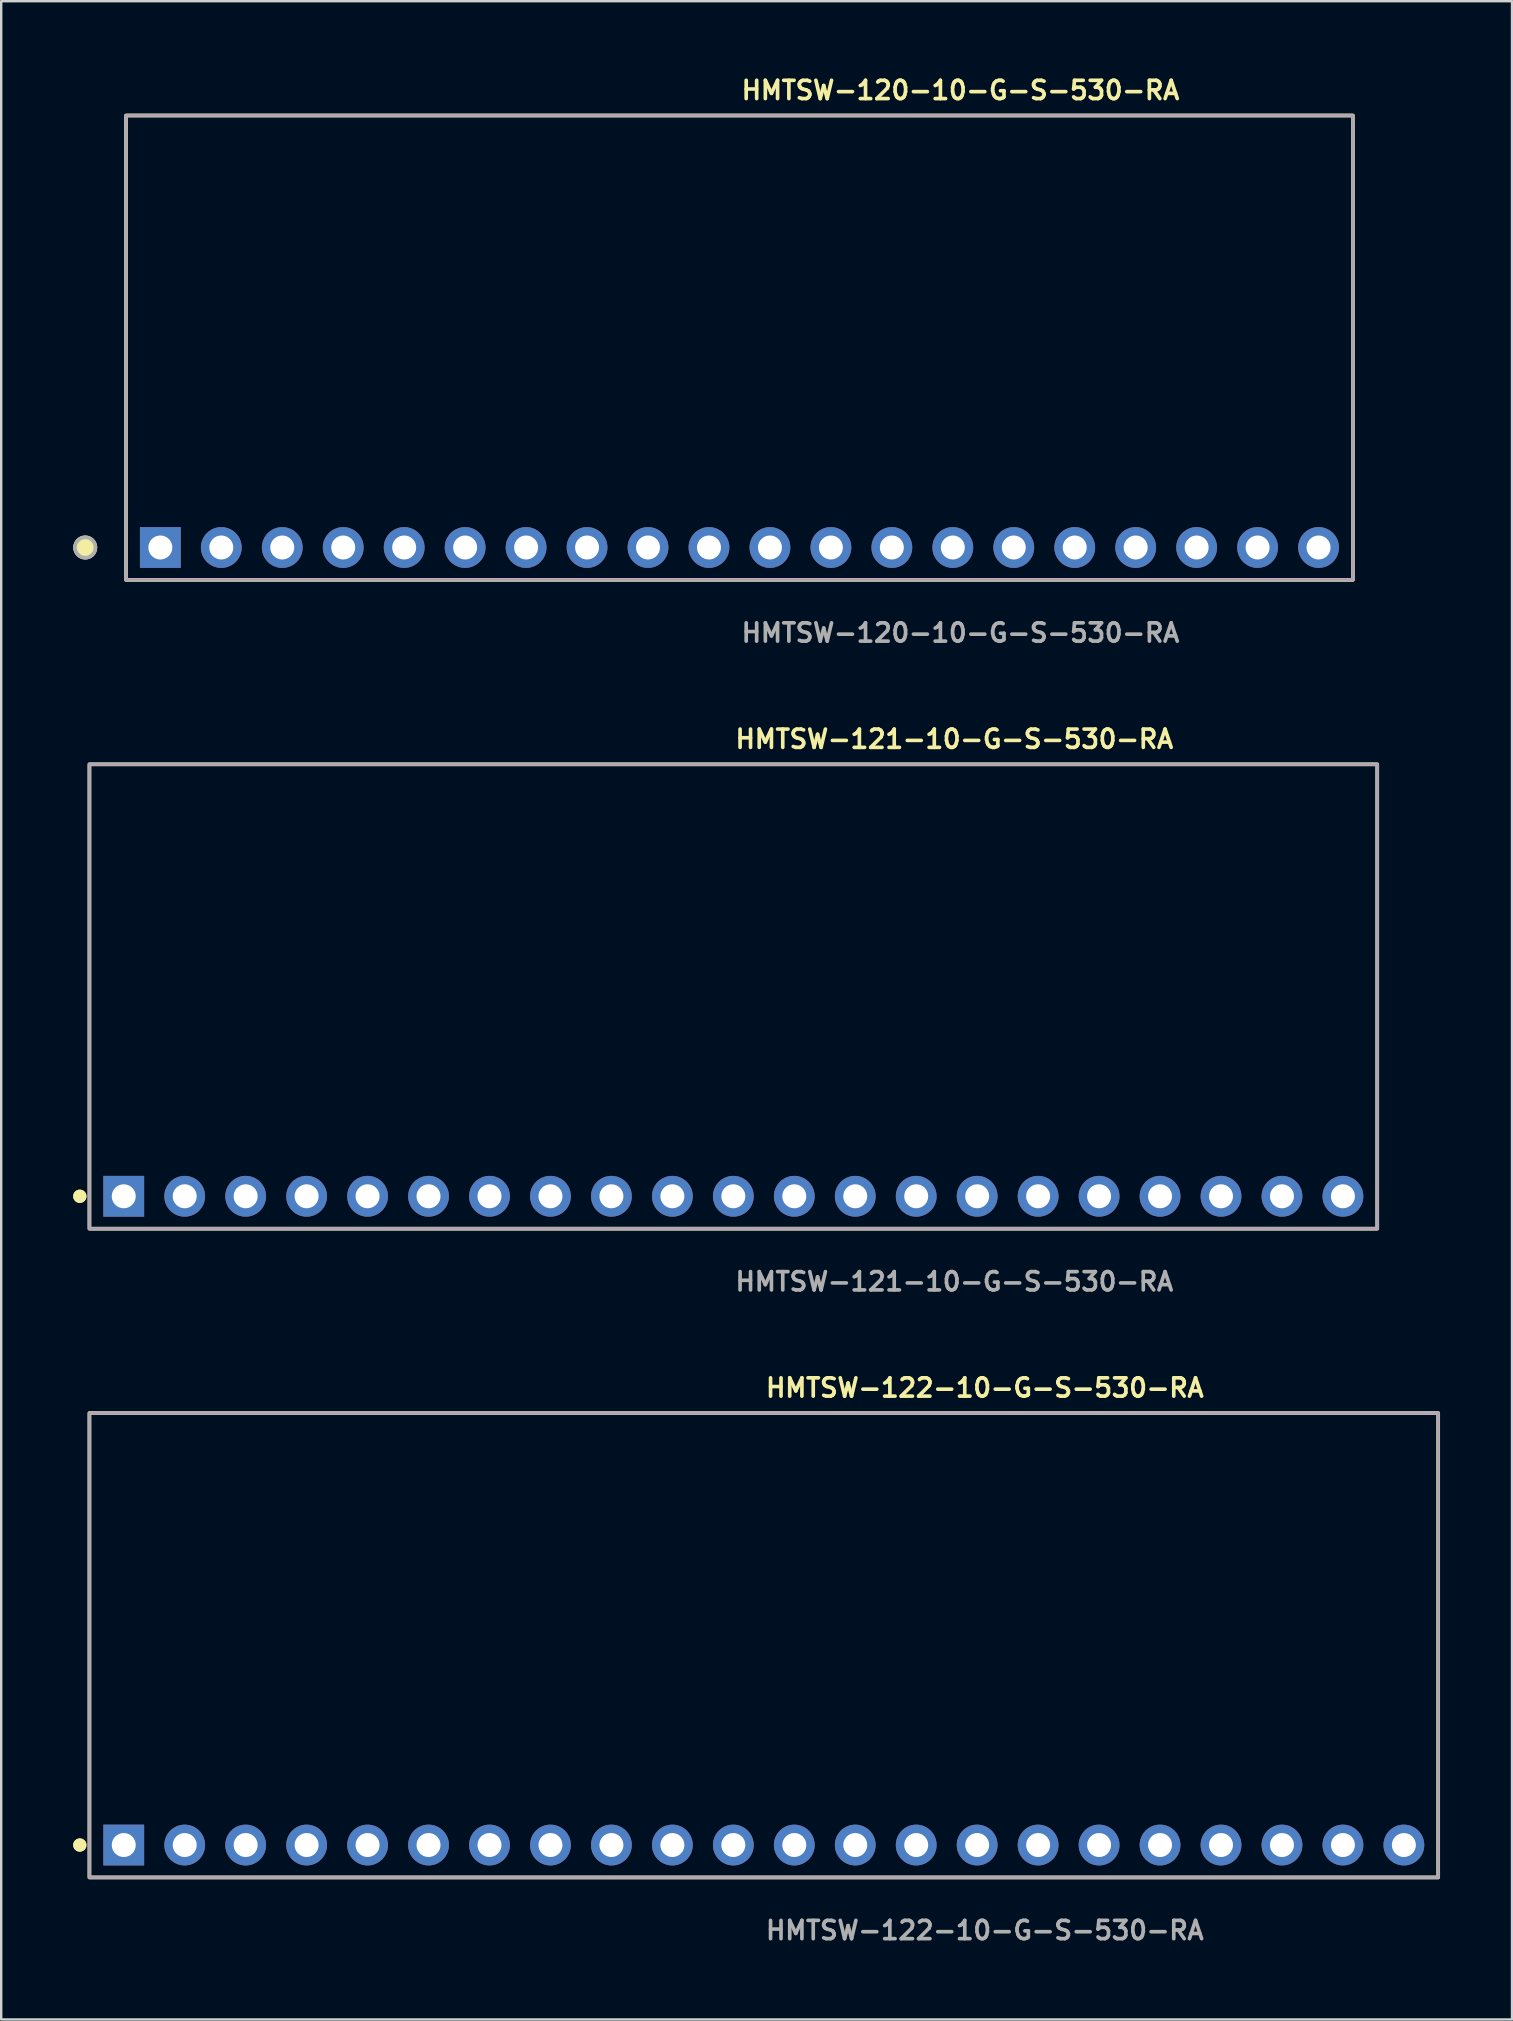
<source format=kicad_pcb>
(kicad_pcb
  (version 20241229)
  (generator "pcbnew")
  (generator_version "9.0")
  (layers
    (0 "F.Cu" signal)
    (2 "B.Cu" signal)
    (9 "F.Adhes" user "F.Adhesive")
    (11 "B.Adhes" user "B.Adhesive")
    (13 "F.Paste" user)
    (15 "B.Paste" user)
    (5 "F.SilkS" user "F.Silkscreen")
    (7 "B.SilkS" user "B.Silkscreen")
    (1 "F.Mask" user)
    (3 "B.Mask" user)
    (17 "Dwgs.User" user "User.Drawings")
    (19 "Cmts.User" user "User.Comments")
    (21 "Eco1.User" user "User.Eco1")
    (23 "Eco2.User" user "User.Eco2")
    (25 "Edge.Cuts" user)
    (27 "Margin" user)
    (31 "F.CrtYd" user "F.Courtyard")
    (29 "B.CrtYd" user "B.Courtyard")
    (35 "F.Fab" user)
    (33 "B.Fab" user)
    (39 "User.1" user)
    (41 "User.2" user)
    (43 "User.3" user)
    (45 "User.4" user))
  (footprint "HMTSW-122-10-G-S-530-RA"
    (layer "F.Cu")
    (at 28.776 73.828)
    (property "Reference" "HMTSW-122-10-G-S-530-RA" (at 0 -19.05 0) (unlocked yes) (layer "F.SilkS") (effects (font (size 0.762 0.762) (thickness 0.152)) (justify left)))
    (fp_rect (start -28.1 1.35) (end 28.1 -18) (stroke (width 0.152) (type solid)) (fill no) (layer "F.SilkS"))
    (fp_circle (center -28.5 0) (end -28.7 0) (stroke (width 0.152) (type solid)) (fill yes) (layer "F.SilkS"))
    (fp_circle (center -28.5 0) (end -28.7 0) (stroke (width 0.152) (type solid)) (fill yes) (layer "F.SilkS"))
    (fp_rect (start -28.1 1.35) (end 28.1 -18) (stroke (width 0.006) (type solid)) (fill no) (layer "F.CrtYd"))
    (fp_rect (start -28.1 1.35) (end 28.1 -18) (stroke (width 0.152) (type solid)) (fill no) (layer "F.Fab"))
    (fp_text user "${REFERENCE}" (at 0 3.556 0) (unlocked yes) (layer "F.Fab") (effects (font (size 0.762 0.762) (thickness 0.152)) (justify left)))
    (pad "1" thru_hole rect (at -26.67 0) (size 1.7 1.7) (drill 1) (layers "*.Cu" "*.Mask"))
    (pad "2" thru_hole circle (at -24.13 0) (size 1.7 1.7) (drill 1) (layers "*.Cu" "*.Mask"))
    (pad "3" thru_hole circle (at -21.59 0) (size 1.7 1.7) (drill 1) (layers "*.Cu" "*.Mask"))
    (pad "4" thru_hole circle (at -19.05 0) (size 1.7 1.7) (drill 1) (layers "*.Cu" "*.Mask"))
    (pad "5" thru_hole circle (at -16.51 0) (size 1.7 1.7) (drill 1) (layers "*.Cu" "*.Mask"))
    (pad "6" thru_hole circle (at -13.97 0) (size 1.7 1.7) (drill 1) (layers "*.Cu" "*.Mask"))
    (pad "7" thru_hole circle (at -11.43 0) (size 1.7 1.7) (drill 1) (layers "*.Cu" "*.Mask"))
    (pad "8" thru_hole circle (at -8.89 0) (size 1.7 1.7) (drill 1) (layers "*.Cu" "*.Mask"))
    (pad "9" thru_hole circle (at -6.35 0) (size 1.7 1.7) (drill 1) (layers "*.Cu" "*.Mask"))
    (pad "10" thru_hole circle (at -3.81 0) (size 1.7 1.7) (drill 1) (layers "*.Cu" "*.Mask"))
    (pad "11" thru_hole circle (at -1.27 0) (size 1.7 1.7) (drill 1) (layers "*.Cu" "*.Mask"))
    (pad "12" thru_hole circle (at 1.27 0) (size 1.7 1.7) (drill 1) (layers "*.Cu" "*.Mask"))
    (pad "13" thru_hole circle (at 3.81 0) (size 1.7 1.7) (drill 1) (layers "*.Cu" "*.Mask"))
    (pad "14" thru_hole circle (at 6.35 0) (size 1.7 1.7) (drill 1) (layers "*.Cu" "*.Mask"))
    (pad "15" thru_hole circle (at 8.89 0) (size 1.7 1.7) (drill 1) (layers "*.Cu" "*.Mask"))
    (pad "16" thru_hole circle (at 11.43 0) (size 1.7 1.7) (drill 1) (layers "*.Cu" "*.Mask"))
    (pad "17" thru_hole circle (at 13.97 0) (size 1.7 1.7) (drill 1) (layers "*.Cu" "*.Mask"))
    (pad "18" thru_hole circle (at 16.51 0) (size 1.7 1.7) (drill 1) (layers "*.Cu" "*.Mask"))
    (pad "19" thru_hole circle (at 19.05 0) (size 1.7 1.7) (drill 1) (layers "*.Cu" "*.Mask"))
    (pad "20" thru_hole circle (at 21.59 0) (size 1.7 1.7) (drill 1) (layers "*.Cu" "*.Mask"))
    (pad "21" thru_hole circle (at 24.13 0) (size 1.7 1.7) (drill 1) (layers "*.Cu" "*.Mask"))
    (pad "22" thru_hole circle (at 26.67 0) (size 1.7 1.7) (drill 1) (layers "*.Cu" "*.Mask")))
  (footprint "HMTSW-120-10-G-S-530-RA"
    (layer "F.Cu")
    (at 27.761 19.763)
    (property "Reference" "HMTSW-120-10-G-S-530-RA" (at 0 -19.05 0) (unlocked yes) (layer "F.SilkS") (effects (font (size 0.762 0.762) (thickness 0.152)) (justify left)))
    (fp_rect (start -25.56 1.35) (end 25.56 -18) (stroke (width 0.152) (type solid)) (fill no) (layer "F.SilkS"))
    (fp_circle (center -27.26 0) (end -27.685 0) (stroke (width 0.152) (type solid)) (fill yes) (layer "F.SilkS"))
    (fp_rect (start -25.56 1.35) (end 25.56 -18) (stroke (width 0.006) (type solid)) (fill no) (layer "F.CrtYd"))
    (fp_rect (start -25.56 1.35) (end 25.56 -18) (stroke (width 0.152) (type solid)) (fill no) (layer "F.Fab"))
    (fp_circle (center -27.26 0) (end -27.685 0) (stroke (width 0.152) (type solid)) (fill no) (layer "F.Fab"))
    (fp_text user "${REFERENCE}" (at 0 3.556 0) (unlocked yes) (layer "F.Fab") (effects (font (size 0.762 0.762) (thickness 0.152)) (justify left)))
    (pad "1" thru_hole rect (at -24.13 0) (size 1.7 1.7) (drill 1) (layers "*.Cu" "*.Mask"))
    (pad "2" thru_hole circle (at -21.59 0) (size 1.7 1.7) (drill 1) (layers "*.Cu" "*.Mask"))
    (pad "3" thru_hole circle (at -19.05 0) (size 1.7 1.7) (drill 1) (layers "*.Cu" "*.Mask"))
    (pad "4" thru_hole circle (at -16.51 0) (size 1.7 1.7) (drill 1) (layers "*.Cu" "*.Mask"))
    (pad "5" thru_hole circle (at -13.97 0) (size 1.7 1.7) (drill 1) (layers "*.Cu" "*.Mask"))
    (pad "6" thru_hole circle (at -11.43 0) (size 1.7 1.7) (drill 1) (layers "*.Cu" "*.Mask"))
    (pad "7" thru_hole circle (at -8.89 0) (size 1.7 1.7) (drill 1) (layers "*.Cu" "*.Mask"))
    (pad "8" thru_hole circle (at -6.35 0) (size 1.7 1.7) (drill 1) (layers "*.Cu" "*.Mask"))
    (pad "9" thru_hole circle (at -3.81 0) (size 1.7 1.7) (drill 1) (layers "*.Cu" "*.Mask"))
    (pad "10" thru_hole circle (at -1.27 0) (size 1.7 1.7) (drill 1) (layers "*.Cu" "*.Mask"))
    (pad "11" thru_hole circle (at 1.27 0) (size 1.7 1.7) (drill 1) (layers "*.Cu" "*.Mask"))
    (pad "12" thru_hole circle (at 3.81 0) (size 1.7 1.7) (drill 1) (layers "*.Cu" "*.Mask"))
    (pad "13" thru_hole circle (at 6.35 0) (size 1.7 1.7) (drill 1) (layers "*.Cu" "*.Mask"))
    (pad "14" thru_hole circle (at 8.89 0) (size 1.7 1.7) (drill 1) (layers "*.Cu" "*.Mask"))
    (pad "15" thru_hole circle (at 11.43 0) (size 1.7 1.7) (drill 1) (layers "*.Cu" "*.Mask"))
    (pad "16" thru_hole circle (at 13.97 0) (size 1.7 1.7) (drill 1) (layers "*.Cu" "*.Mask"))
    (pad "17" thru_hole circle (at 16.51 0) (size 1.7 1.7) (drill 1) (layers "*.Cu" "*.Mask"))
    (pad "18" thru_hole circle (at 19.05 0) (size 1.7 1.7) (drill 1) (layers "*.Cu" "*.Mask"))
    (pad "19" thru_hole circle (at 21.59 0) (size 1.7 1.7) (drill 1) (layers "*.Cu" "*.Mask"))
    (pad "20" thru_hole circle (at 24.13 0) (size 1.7 1.7) (drill 1) (layers "*.Cu" "*.Mask")))
  (footprint "HMTSW-121-10-G-S-530-RA"
    (layer "F.Cu")
    (at 27.506 46.796)
    (property "Reference" "HMTSW-121-10-G-S-530-RA" (at 0 -19.05 0) (unlocked yes) (layer "F.SilkS") (effects (font (size 0.762 0.762) (thickness 0.152)) (justify left)))
    (fp_rect (start -26.83 1.35) (end 26.83 -18) (stroke (width 0.152) (type solid)) (fill no) (layer "F.SilkS"))
    (fp_circle (center -27.23 0) (end -27.43 0) (stroke (width 0.152) (type solid)) (fill yes) (layer "F.SilkS"))
    (fp_circle (center -27.23 0) (end -27.43 0) (stroke (width 0.152) (type solid)) (fill yes) (layer "F.SilkS"))
    (fp_rect (start -26.83 1.35) (end 26.83 -18) (stroke (width 0.006) (type solid)) (fill no) (layer "F.CrtYd"))
    (fp_rect (start -26.83 1.35) (end 26.83 -18) (stroke (width 0.152) (type solid)) (fill no) (layer "F.Fab"))
    (fp_text user "${REFERENCE}" (at 0 3.556 0) (unlocked yes) (layer "F.Fab") (effects (font (size 0.762 0.762) (thickness 0.152)) (justify left)))
    (pad "1" thru_hole rect (at -25.4 0) (size 1.7 1.7) (drill 1) (layers "*.Cu" "*.Mask"))
    (pad "2" thru_hole circle (at -22.86 0) (size 1.7 1.7) (drill 1) (layers "*.Cu" "*.Mask"))
    (pad "3" thru_hole circle (at -20.32 0) (size 1.7 1.7) (drill 1) (layers "*.Cu" "*.Mask"))
    (pad "4" thru_hole circle (at -17.78 0) (size 1.7 1.7) (drill 1) (layers "*.Cu" "*.Mask"))
    (pad "5" thru_hole circle (at -15.24 0) (size 1.7 1.7) (drill 1) (layers "*.Cu" "*.Mask"))
    (pad "6" thru_hole circle (at -12.7 0) (size 1.7 1.7) (drill 1) (layers "*.Cu" "*.Mask"))
    (pad "7" thru_hole circle (at -10.16 0) (size 1.7 1.7) (drill 1) (layers "*.Cu" "*.Mask"))
    (pad "8" thru_hole circle (at -7.62 0) (size 1.7 1.7) (drill 1) (layers "*.Cu" "*.Mask"))
    (pad "9" thru_hole circle (at -5.08 0) (size 1.7 1.7) (drill 1) (layers "*.Cu" "*.Mask"))
    (pad "10" thru_hole circle (at -2.54 0) (size 1.7 1.7) (drill 1) (layers "*.Cu" "*.Mask"))
    (pad "11" thru_hole circle (at 0 0) (size 1.7 1.7) (drill 1) (layers "*.Cu" "*.Mask"))
    (pad "12" thru_hole circle (at 2.54 0) (size 1.7 1.7) (drill 1) (layers "*.Cu" "*.Mask"))
    (pad "13" thru_hole circle (at 5.08 0) (size 1.7 1.7) (drill 1) (layers "*.Cu" "*.Mask"))
    (pad "14" thru_hole circle (at 7.62 0) (size 1.7 1.7) (drill 1) (layers "*.Cu" "*.Mask"))
    (pad "15" thru_hole circle (at 10.16 0) (size 1.7 1.7) (drill 1) (layers "*.Cu" "*.Mask"))
    (pad "16" thru_hole circle (at 12.7 0) (size 1.7 1.7) (drill 1) (layers "*.Cu" "*.Mask"))
    (pad "17" thru_hole circle (at 15.24 0) (size 1.7 1.7) (drill 1) (layers "*.Cu" "*.Mask"))
    (pad "18" thru_hole circle (at 17.78 0) (size 1.7 1.7) (drill 1) (layers "*.Cu" "*.Mask"))
    (pad "19" thru_hole circle (at 20.32 0) (size 1.7 1.7) (drill 1) (layers "*.Cu" "*.Mask"))
    (pad "20" thru_hole circle (at 22.86 0) (size 1.7 1.7) (drill 1) (layers "*.Cu" "*.Mask"))
    (pad "21" thru_hole circle (at 25.4 0) (size 1.7 1.7) (drill 1) (layers "*.Cu" "*.Mask")))
  (gr_rect
    (start -3 -3)
    (end 59.952 81.097)
    (stroke (width 0.1) (type default))
    (fill no)
    (layer "Edge.Cuts")))
</source>
